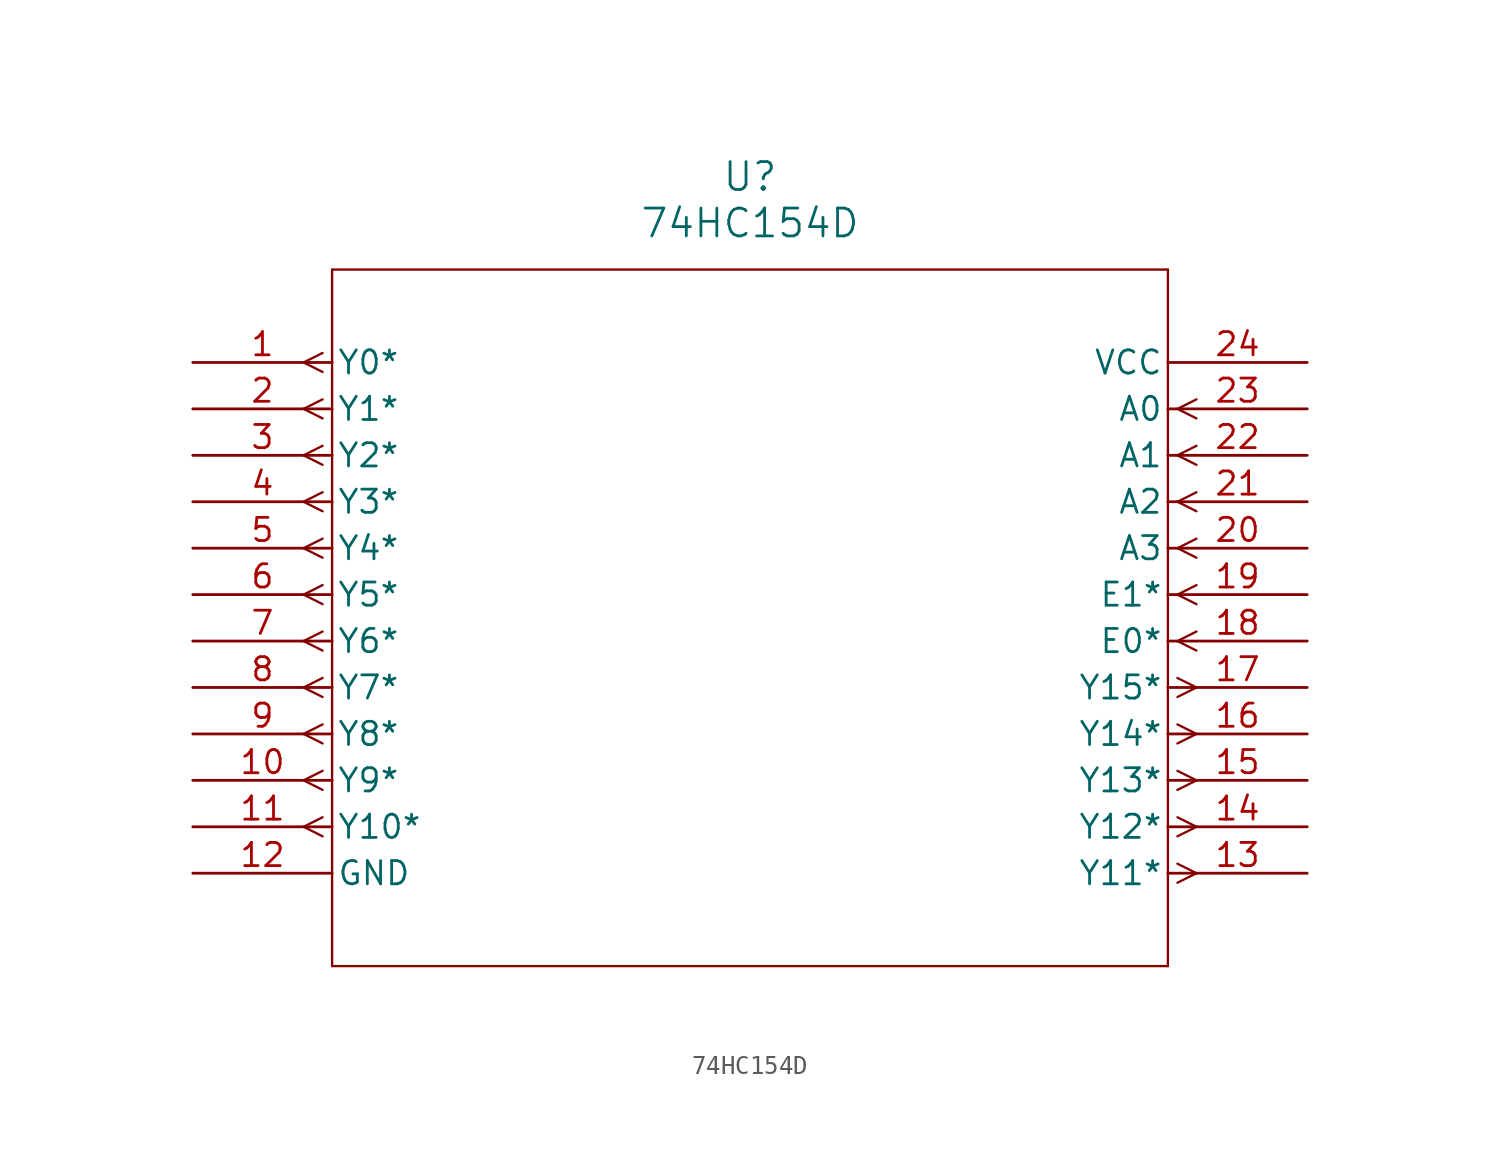
<source format=kicad_sym>
(kicad_symbol_lib
  (version 20211014)
  (generator kicad_symbol_editor)
  (symbol "74HC154D"
    (pin_names
      (offset 0.254))
    (property "Reference" "U"
      (at 30.48 10.16 0)
      (effects (font (size 1.524 1.524))))
    (property "Value" "74HC154D"
      (at 30.48 7.62 0)
      (effects (font (size 1.524 1.524))))
    (symbol "74HC154D_0_1"
      (polyline (pts (xy 7.099 0.521) (xy 6.058 0)) (stroke (width 0.127) (type default) (color 0 0 0 0)) (fill (type none)))
      (polyline (pts (xy 7.099 -0.521) (xy 6.058 0)) (stroke (width 0.127) (type default) (color 0 0 0 0)) (fill (type none)))
      (polyline (pts (xy 7.099 -2.019) (xy 6.058 -2.54)) (stroke (width 0.127) (type default) (color 0 0 0 0)) (fill (type none)))
      (polyline (pts (xy 7.099 -3.061) (xy 6.058 -2.54)) (stroke (width 0.127) (type default) (color 0 0 0 0)) (fill (type none)))
      (polyline (pts (xy 7.099 -4.559) (xy 6.058 -5.08)) (stroke (width 0.127) (type default) (color 0 0 0 0)) (fill (type none)))
      (polyline (pts (xy 7.099 -5.601) (xy 6.058 -5.08)) (stroke (width 0.127) (type default) (color 0 0 0 0)) (fill (type none)))
      (polyline (pts (xy 7.099 -7.099) (xy 6.058 -7.62)) (stroke (width 0.127) (type default) (color 0 0 0 0)) (fill (type none)))
      (polyline (pts (xy 7.099 -8.141) (xy 6.058 -7.62)) (stroke (width 0.127) (type default) (color 0 0 0 0)) (fill (type none)))
      (polyline (pts (xy 7.099 -9.639) (xy 6.058 -10.16)) (stroke (width 0.127) (type default) (color 0 0 0 0)) (fill (type none)))
      (polyline (pts (xy 7.099 -10.681) (xy 6.058 -10.16)) (stroke (width 0.127) (type default) (color 0 0 0 0)) (fill (type none)))
      (polyline (pts (xy 7.099 -12.179) (xy 6.058 -12.7)) (stroke (width 0.127) (type default) (color 0 0 0 0)) (fill (type none)))
      (polyline (pts (xy 7.099 -13.221) (xy 6.058 -12.7)) (stroke (width 0.127) (type default) (color 0 0 0 0)) (fill (type none)))
      (polyline (pts (xy 7.099 -14.719) (xy 6.058 -15.24)) (stroke (width 0.127) (type default) (color 0 0 0 0)) (fill (type none)))
      (polyline (pts (xy 7.099 -15.761) (xy 6.058 -15.24)) (stroke (width 0.127) (type default) (color 0 0 0 0)) (fill (type none)))
      (polyline (pts (xy 7.099 -17.259) (xy 6.058 -17.78)) (stroke (width 0.127) (type default) (color 0 0 0 0)) (fill (type none)))
      (polyline (pts (xy 7.099 -18.301) (xy 6.058 -17.78)) (stroke (width 0.127) (type default) (color 0 0 0 0)) (fill (type none)))
      (polyline (pts (xy 7.099 -19.799) (xy 6.058 -20.32)) (stroke (width 0.127) (type default) (color 0 0 0 0)) (fill (type none)))
      (polyline (pts (xy 7.099 -20.841) (xy 6.058 -20.32)) (stroke (width 0.127) (type default) (color 0 0 0 0)) (fill (type none)))
      (polyline (pts (xy 7.099 -22.339) (xy 6.058 -22.86)) (stroke (width 0.127) (type default) (color 0 0 0 0)) (fill (type none)))
      (polyline (pts (xy 7.099 -23.381) (xy 6.058 -22.86)) (stroke (width 0.127) (type default) (color 0 0 0 0)) (fill (type none)))
      (polyline (pts (xy 7.099 -24.879) (xy 6.058 -25.4)) (stroke (width 0.127) (type default) (color 0 0 0 0)) (fill (type none)))
      (polyline (pts (xy 7.099 -25.921) (xy 6.058 -25.4)) (stroke (width 0.127) (type default) (color 0 0 0 0)) (fill (type none)))
      (polyline (pts (xy 53.861 -27.419) (xy 54.902 -27.94)) (stroke (width 0.127) (type default) (color 0 0 0 0)) (fill (type none)))
      (polyline (pts (xy 53.861 -28.461) (xy 54.902 -27.94)) (stroke (width 0.127) (type default) (color 0 0 0 0)) (fill (type none)))
      (polyline (pts (xy 53.861 -24.879) (xy 54.902 -25.4)) (stroke (width 0.127) (type default) (color 0 0 0 0)) (fill (type none)))
      (polyline (pts (xy 53.861 -25.921) (xy 54.902 -25.4)) (stroke (width 0.127) (type default) (color 0 0 0 0)) (fill (type none)))
      (polyline (pts (xy 53.861 -22.339) (xy 54.902 -22.86)) (stroke (width 0.127) (type default) (color 0 0 0 0)) (fill (type none)))
      (polyline (pts (xy 53.861 -23.381) (xy 54.902 -22.86)) (stroke (width 0.127) (type default) (color 0 0 0 0)) (fill (type none)))
      (polyline (pts (xy 53.861 -19.799) (xy 54.902 -20.32)) (stroke (width 0.127) (type default) (color 0 0 0 0)) (fill (type none)))
      (polyline (pts (xy 53.861 -20.841) (xy 54.902 -20.32)) (stroke (width 0.127) (type default) (color 0 0 0 0)) (fill (type none)))
      (polyline (pts (xy 53.861 -17.259) (xy 54.902 -17.78)) (stroke (width 0.127) (type default) (color 0 0 0 0)) (fill (type none)))
      (polyline (pts (xy 53.861 -18.301) (xy 54.902 -17.78)) (stroke (width 0.127) (type default) (color 0 0 0 0)) (fill (type none)))
      (polyline (pts (xy 53.861 -15.24) (xy 54.902 -14.719)) (stroke (width 0.127) (type default) (color 0 0 0 0)) (fill (type none)))
      (polyline (pts (xy 53.861 -15.24) (xy 54.902 -15.761)) (stroke (width 0.127) (type default) (color 0 0 0 0)) (fill (type none)))
      (polyline (pts (xy 53.861 -12.7) (xy 54.902 -12.179)) (stroke (width 0.127) (type default) (color 0 0 0 0)) (fill (type none)))
      (polyline (pts (xy 53.861 -12.7) (xy 54.902 -13.221)) (stroke (width 0.127) (type default) (color 0 0 0 0)) (fill (type none)))
      (polyline (pts (xy 53.861 -10.16) (xy 54.902 -9.639)) (stroke (width 0.127) (type default) (color 0 0 0 0)) (fill (type none)))
      (polyline (pts (xy 53.861 -10.16) (xy 54.902 -10.681)) (stroke (width 0.127) (type default) (color 0 0 0 0)) (fill (type none)))
      (polyline (pts (xy 53.861 -7.62) (xy 54.902 -7.099)) (stroke (width 0.127) (type default) (color 0 0 0 0)) (fill (type none)))
      (polyline (pts (xy 53.861 -7.62) (xy 54.902 -8.141)) (stroke (width 0.127) (type default) (color 0 0 0 0)) (fill (type none)))
      (polyline (pts (xy 53.861 -5.08) (xy 54.902 -4.559)) (stroke (width 0.127) (type default) (color 0 0 0 0)) (fill (type none)))
      (polyline (pts (xy 53.861 -5.08) (xy 54.902 -5.601)) (stroke (width 0.127) (type default) (color 0 0 0 0)) (fill (type none)))
      (polyline (pts (xy 53.861 -2.54) (xy 54.902 -2.019)) (stroke (width 0.127) (type default) (color 0 0 0 0)) (fill (type none)))
      (polyline (pts (xy 53.861 -2.54) (xy 54.902 -3.061)) (stroke (width 0.127) (type default) (color 0 0 0 0)) (fill (type none)))
      (polyline (pts (xy 7.62 5.08) (xy 7.62 -33.02)) (stroke (width 0.127) (type default) (color 0 0 0 0)) (fill (type none)))
      (polyline (pts (xy 7.62 -33.02) (xy 53.34 -33.02)) (stroke (width 0.127) (type default) (color 0 0 0 0)) (fill (type none)))
      (polyline (pts (xy 53.34 -33.02) (xy 53.34 5.08)) (stroke (width 0.127) (type default) (color 0 0 0 0)) (fill (type none)))
      (polyline (pts (xy 53.34 5.08) (xy 7.62 5.08)) (stroke (width 0.127) (type default) (color 0 0 0 0)) (fill (type none)))
      (pin output line (at 0 0 0) (length 7.62) (name "Y0*" (effects (font (size 1.27 1.27)))) (number "1" (effects (font (size 1.27 1.27)))))
      (pin output line (at 0 -2.54 0) (length 7.62) (name "Y1*" (effects (font (size 1.27 1.27)))) (number "2" (effects (font (size 1.27 1.27)))))
      (pin output line (at 0 -5.08 0) (length 7.62) (name "Y2*" (effects (font (size 1.27 1.27)))) (number "3" (effects (font (size 1.27 1.27)))))
      (pin output line (at 0 -7.62 0) (length 7.62) (name "Y3*" (effects (font (size 1.27 1.27)))) (number "4" (effects (font (size 1.27 1.27)))))
      (pin output line (at 0 -10.16 0) (length 7.62) (name "Y4*" (effects (font (size 1.27 1.27)))) (number "5" (effects (font (size 1.27 1.27)))))
      (pin output line (at 0 -12.7 0) (length 7.62) (name "Y5*" (effects (font (size 1.27 1.27)))) (number "6" (effects (font (size 1.27 1.27)))))
      (pin output line (at 0 -15.24 0) (length 7.62) (name "Y6*" (effects (font (size 1.27 1.27)))) (number "7" (effects (font (size 1.27 1.27)))))
      (pin output line (at 0 -17.78 0) (length 7.62) (name "Y7*" (effects (font (size 1.27 1.27)))) (number "8" (effects (font (size 1.27 1.27)))))
      (pin output line (at 0 -20.32 0) (length 7.62) (name "Y8*" (effects (font (size 1.27 1.27)))) (number "9" (effects (font (size 1.27 1.27)))))
      (pin output line (at 0 -22.86 0) (length 7.62) (name "Y9*" (effects (font (size 1.27 1.27)))) (number "10" (effects (font (size 1.27 1.27)))))
      (pin output line (at 0 -25.4 0) (length 7.62) (name "Y10*" (effects (font (size 1.27 1.27)))) (number "11" (effects (font (size 1.27 1.27)))))
      (pin power_in line (at 0 -27.94 0) (length 7.62) (name "GND" (effects (font (size 1.27 1.27)))) (number "12" (effects (font (size 1.27 1.27)))))
      (pin output line (at 60.96 -27.94 180) (length 7.62) (name "Y11*" (effects (font (size 1.27 1.27)))) (number "13" (effects (font (size 1.27 1.27)))))
      (pin output line (at 60.96 -25.4 180) (length 7.62) (name "Y12*" (effects (font (size 1.27 1.27)))) (number "14" (effects (font (size 1.27 1.27)))))
      (pin output line (at 60.96 -22.86 180) (length 7.62) (name "Y13*" (effects (font (size 1.27 1.27)))) (number "15" (effects (font (size 1.27 1.27)))))
      (pin output line (at 60.96 -20.32 180) (length 7.62) (name "Y14*" (effects (font (size 1.27 1.27)))) (number "16" (effects (font (size 1.27 1.27)))))
      (pin output line (at 60.96 -17.78 180) (length 7.62) (name "Y15*" (effects (font (size 1.27 1.27)))) (number "17" (effects (font (size 1.27 1.27)))))
      (pin input line (at 60.96 -15.24 180) (length 7.62) (name "E0*" (effects (font (size 1.27 1.27)))) (number "18" (effects (font (size 1.27 1.27)))))
      (pin input line (at 60.96 -12.7 180) (length 7.62) (name "E1*" (effects (font (size 1.27 1.27)))) (number "19" (effects (font (size 1.27 1.27)))))
      (pin input line (at 60.96 -10.16 180) (length 7.62) (name "A3" (effects (font (size 1.27 1.27)))) (number "20" (effects (font (size 1.27 1.27)))))
      (pin input line (at 60.96 -7.62 180) (length 7.62) (name "A2" (effects (font (size 1.27 1.27)))) (number "21" (effects (font (size 1.27 1.27)))))
      (pin input line (at 60.96 -5.08 180) (length 7.62) (name "A1" (effects (font (size 1.27 1.27)))) (number "22" (effects (font (size 1.27 1.27)))))
      (pin input line (at 60.96 -2.54 180) (length 7.62) (name "A0" (effects (font (size 1.27 1.27)))) (number "23" (effects (font (size 1.27 1.27)))))
      (pin power_in line (at 60.96 0 180) (length 7.62) (name "VCC" (effects (font (size 1.27 1.27)))) (number "24" (effects (font (size 1.27 1.27))))))))
</source>
